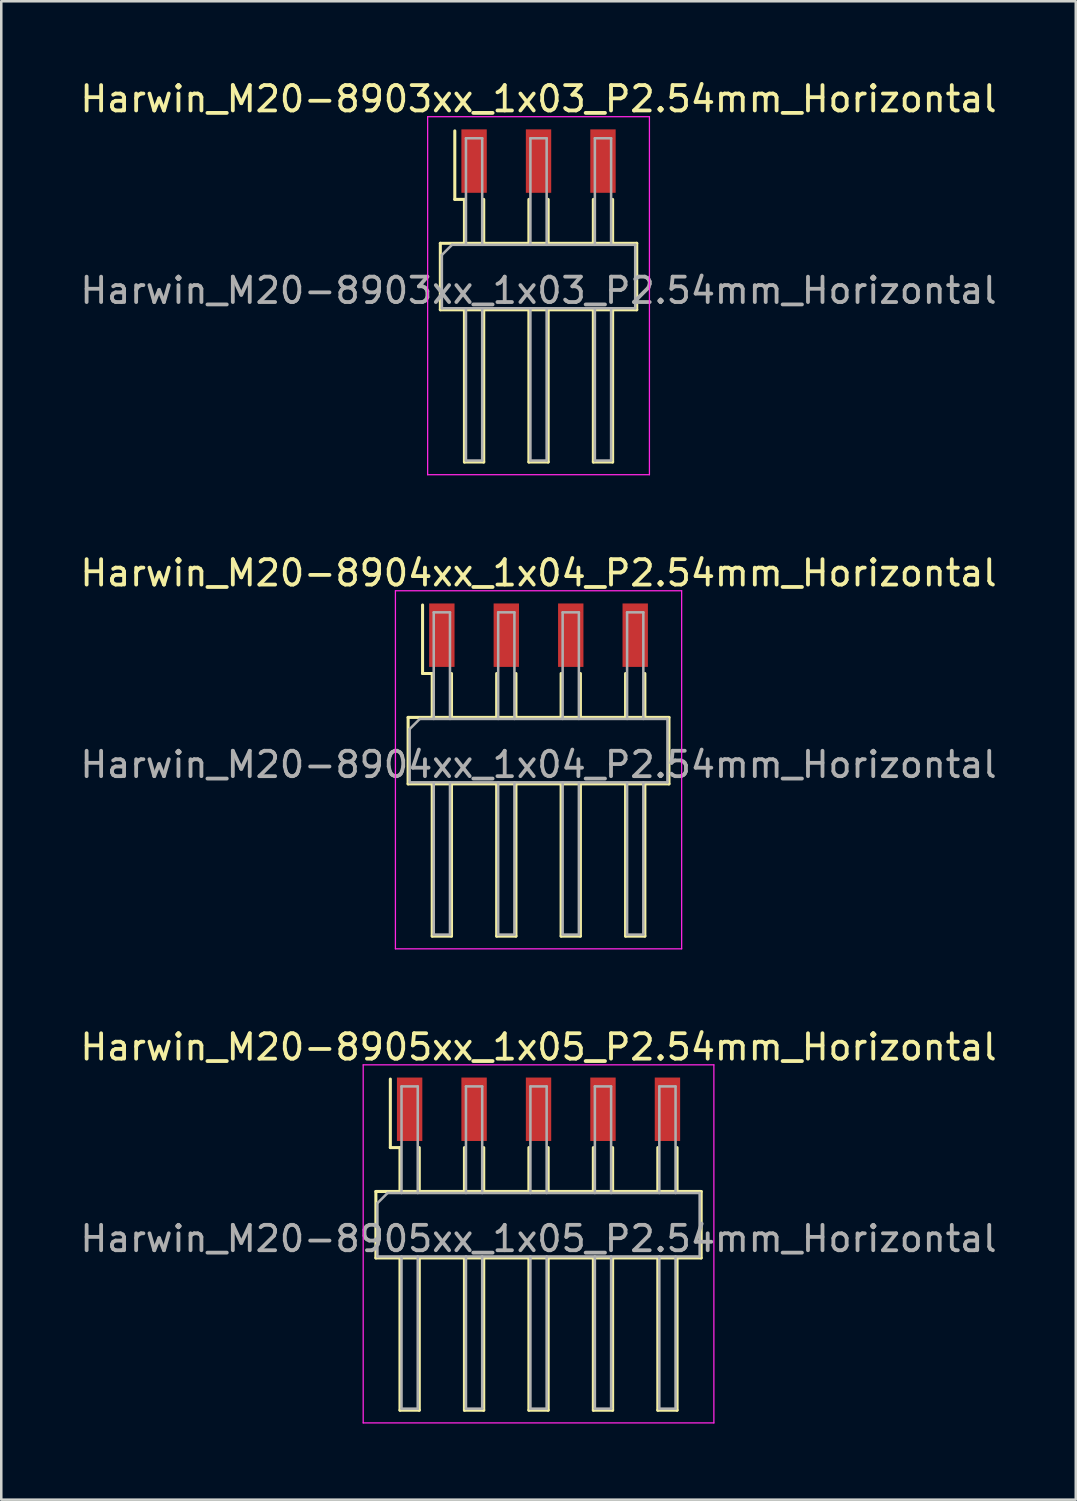
<source format=kicad_pcb>
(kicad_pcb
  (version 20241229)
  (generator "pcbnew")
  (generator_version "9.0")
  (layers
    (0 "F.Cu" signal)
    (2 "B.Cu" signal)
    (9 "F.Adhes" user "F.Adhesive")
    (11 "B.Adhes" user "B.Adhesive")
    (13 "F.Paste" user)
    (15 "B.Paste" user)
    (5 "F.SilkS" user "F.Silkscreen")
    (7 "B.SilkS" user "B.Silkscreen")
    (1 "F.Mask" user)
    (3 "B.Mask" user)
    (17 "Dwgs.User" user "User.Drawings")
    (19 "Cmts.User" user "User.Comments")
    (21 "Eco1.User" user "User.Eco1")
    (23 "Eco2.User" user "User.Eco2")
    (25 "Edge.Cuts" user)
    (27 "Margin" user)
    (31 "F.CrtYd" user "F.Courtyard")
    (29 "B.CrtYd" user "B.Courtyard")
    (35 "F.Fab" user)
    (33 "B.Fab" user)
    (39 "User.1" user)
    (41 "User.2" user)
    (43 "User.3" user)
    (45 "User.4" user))
  (footprint "Harwin_M20-8905xx_1x05_P2.54mm_Horizontal"
    (layer "F.Cu")
    (at 13.093 40.665)
    (property "Reference" "Harwin_M20-8905xx_1x05_P2.54mm_Horizontal" (at 5.08 -2.45 0) (layer "F.SilkS") (effects (font (size 1 1) (thickness 0.15))))
    (attr smd)
    (fp_line (start -1.33 3.24) (end -1.33 5.86) (stroke (width 0.12) (type solid)) (layer "F.SilkS"))
    (fp_line (start -1.33 5.86) (end 11.49 5.86) (stroke (width 0.12) (type solid)) (layer "F.SilkS"))
    (fp_line (start -0.76 1.51) (end -0.76 -1.19) (stroke (width 0.12) (type solid)) (layer "F.SilkS"))
    (fp_line (start -0.38 1.51) (end -0.76 1.51) (stroke (width 0.12) (type solid)) (layer "F.SilkS"))
    (fp_line (start -0.38 1.51) (end -0.38 3.24) (stroke (width 0.12) (type solid)) (layer "F.SilkS"))
    (fp_line (start -0.38 5.86) (end -0.38 11.86) (stroke (width 0.12) (type solid)) (layer "F.SilkS"))
    (fp_line (start -0.38 11.86) (end 0.38 11.86) (stroke (width 0.12) (type solid)) (layer "F.SilkS"))
    (fp_line (start 0.38 1.51) (end 0.38 3.24) (stroke (width 0.12) (type solid)) (layer "F.SilkS"))
    (fp_line (start 0.38 11.86) (end 0.38 5.86) (stroke (width 0.12) (type solid)) (layer "F.SilkS"))
    (fp_line (start 2.16 1.51) (end 2.16 3.24) (stroke (width 0.12) (type solid)) (layer "F.SilkS"))
    (fp_line (start 2.16 5.86) (end 2.16 11.86) (stroke (width 0.12) (type solid)) (layer "F.SilkS"))
    (fp_line (start 2.16 11.86) (end 2.92 11.86) (stroke (width 0.12) (type solid)) (layer "F.SilkS"))
    (fp_line (start 2.92 1.51) (end 2.92 3.24) (stroke (width 0.12) (type solid)) (layer "F.SilkS"))
    (fp_line (start 2.92 11.86) (end 2.92 5.86) (stroke (width 0.12) (type solid)) (layer "F.SilkS"))
    (fp_line (start 4.7 1.51) (end 4.7 3.24) (stroke (width 0.12) (type solid)) (layer "F.SilkS"))
    (fp_line (start 4.7 5.86) (end 4.7 11.86) (stroke (width 0.12) (type solid)) (layer "F.SilkS"))
    (fp_line (start 4.7 11.86) (end 5.46 11.86) (stroke (width 0.12) (type solid)) (layer "F.SilkS"))
    (fp_line (start 5.46 1.51) (end 5.46 3.24) (stroke (width 0.12) (type solid)) (layer "F.SilkS"))
    (fp_line (start 5.46 11.86) (end 5.46 5.86) (stroke (width 0.12) (type solid)) (layer "F.SilkS"))
    (fp_line (start 7.24 1.51) (end 7.24 3.24) (stroke (width 0.12) (type solid)) (layer "F.SilkS"))
    (fp_line (start 7.24 5.86) (end 7.24 11.86) (stroke (width 0.12) (type solid)) (layer "F.SilkS"))
    (fp_line (start 7.24 11.86) (end 8 11.86) (stroke (width 0.12) (type solid)) (layer "F.SilkS"))
    (fp_line (start 8 1.51) (end 8 3.24) (stroke (width 0.12) (type solid)) (layer "F.SilkS"))
    (fp_line (start 8 11.86) (end 8 5.86) (stroke (width 0.12) (type solid)) (layer "F.SilkS"))
    (fp_line (start 9.78 1.51) (end 9.78 3.24) (stroke (width 0.12) (type solid)) (layer "F.SilkS"))
    (fp_line (start 9.78 5.86) (end 9.78 11.86) (stroke (width 0.12) (type solid)) (layer "F.SilkS"))
    (fp_line (start 9.78 11.86) (end 10.54 11.86) (stroke (width 0.12) (type solid)) (layer "F.SilkS"))
    (fp_line (start 10.54 1.51) (end 10.54 3.24) (stroke (width 0.12) (type solid)) (layer "F.SilkS"))
    (fp_line (start 10.54 11.86) (end 10.54 5.86) (stroke (width 0.12) (type solid)) (layer "F.SilkS"))
    (fp_line (start 11.49 3.24) (end -1.33 3.24) (stroke (width 0.12) (type solid)) (layer "F.SilkS"))
    (fp_line (start 11.49 5.86) (end 11.49 3.24) (stroke (width 0.12) (type solid)) (layer "F.SilkS"))
    (fp_line (start -1.83 -1.75) (end 11.99 -1.75) (stroke (width 0.05) (type solid)) (layer "F.CrtYd"))
    (fp_line (start -1.83 12.36) (end -1.83 -1.75) (stroke (width 0.05) (type solid)) (layer "F.CrtYd"))
    (fp_line (start 11.99 -1.75) (end 11.99 12.36) (stroke (width 0.05) (type solid)) (layer "F.CrtYd"))
    (fp_line (start 11.99 12.36) (end -1.83 12.36) (stroke (width 0.05) (type solid)) (layer "F.CrtYd"))
    (fp_line (start -1.27 3.7) (end -1.27 5.8) (stroke (width 0.1) (type solid)) (layer "F.Fab"))
    (fp_line (start -1.27 5.8) (end 11.43 5.8) (stroke (width 0.1) (type solid)) (layer "F.Fab"))
    (fp_line (start -0.87 3.3) (end -1.27 3.7) (stroke (width 0.1) (type solid)) (layer "F.Fab"))
    (fp_line (start -0.32 -0.9) (end 0.32 -0.9) (stroke (width 0.1) (type solid)) (layer "F.Fab"))
    (fp_line (start -0.32 3.3) (end -0.32 -0.9) (stroke (width 0.1) (type solid)) (layer "F.Fab"))
    (fp_line (start -0.32 5.8) (end -0.32 11.8) (stroke (width 0.1) (type solid)) (layer "F.Fab"))
    (fp_line (start -0.32 11.8) (end 0.32 11.8) (stroke (width 0.1) (type solid)) (layer "F.Fab"))
    (fp_line (start 0.32 -0.9) (end 0.32 3.3) (stroke (width 0.1) (type solid)) (layer "F.Fab"))
    (fp_line (start 0.32 11.8) (end 0.32 5.8) (stroke (width 0.1) (type solid)) (layer "F.Fab"))
    (fp_line (start 2.22 -0.9) (end 2.86 -0.9) (stroke (width 0.1) (type solid)) (layer "F.Fab"))
    (fp_line (start 2.22 3.3) (end 2.22 -0.9) (stroke (width 0.1) (type solid)) (layer "F.Fab"))
    (fp_line (start 2.22 5.8) (end 2.22 11.8) (stroke (width 0.1) (type solid)) (layer "F.Fab"))
    (fp_line (start 2.22 11.8) (end 2.86 11.8) (stroke (width 0.1) (type solid)) (layer "F.Fab"))
    (fp_line (start 2.86 -0.9) (end 2.86 3.3) (stroke (width 0.1) (type solid)) (layer "F.Fab"))
    (fp_line (start 2.86 11.8) (end 2.86 5.8) (stroke (width 0.1) (type solid)) (layer "F.Fab"))
    (fp_line (start 4.76 -0.9) (end 5.4 -0.9) (stroke (width 0.1) (type solid)) (layer "F.Fab"))
    (fp_line (start 4.76 3.3) (end 4.76 -0.9) (stroke (width 0.1) (type solid)) (layer "F.Fab"))
    (fp_line (start 4.76 5.8) (end 4.76 11.8) (stroke (width 0.1) (type solid)) (layer "F.Fab"))
    (fp_line (start 4.76 11.8) (end 5.4 11.8) (stroke (width 0.1) (type solid)) (layer "F.Fab"))
    (fp_line (start 5.4 -0.9) (end 5.4 3.3) (stroke (width 0.1) (type solid)) (layer "F.Fab"))
    (fp_line (start 5.4 11.8) (end 5.4 5.8) (stroke (width 0.1) (type solid)) (layer "F.Fab"))
    (fp_line (start 7.3 -0.9) (end 7.94 -0.9) (stroke (width 0.1) (type solid)) (layer "F.Fab"))
    (fp_line (start 7.3 3.3) (end 7.3 -0.9) (stroke (width 0.1) (type solid)) (layer "F.Fab"))
    (fp_line (start 7.3 5.8) (end 7.3 11.8) (stroke (width 0.1) (type solid)) (layer "F.Fab"))
    (fp_line (start 7.3 11.8) (end 7.94 11.8) (stroke (width 0.1) (type solid)) (layer "F.Fab"))
    (fp_line (start 7.94 -0.9) (end 7.94 3.3) (stroke (width 0.1) (type solid)) (layer "F.Fab"))
    (fp_line (start 7.94 11.8) (end 7.94 5.8) (stroke (width 0.1) (type solid)) (layer "F.Fab"))
    (fp_line (start 9.84 -0.9) (end 10.48 -0.9) (stroke (width 0.1) (type solid)) (layer "F.Fab"))
    (fp_line (start 9.84 3.3) (end 9.84 -0.9) (stroke (width 0.1) (type solid)) (layer "F.Fab"))
    (fp_line (start 9.84 5.8) (end 9.84 11.8) (stroke (width 0.1) (type solid)) (layer "F.Fab"))
    (fp_line (start 9.84 11.8) (end 10.48 11.8) (stroke (width 0.1) (type solid)) (layer "F.Fab"))
    (fp_line (start 10.48 -0.9) (end 10.48 3.3) (stroke (width 0.1) (type solid)) (layer "F.Fab"))
    (fp_line (start 10.48 11.8) (end 10.48 5.8) (stroke (width 0.1) (type solid)) (layer "F.Fab"))
    (fp_line (start 11.43 3.3) (end -0.87 3.3) (stroke (width 0.1) (type solid)) (layer "F.Fab"))
    (fp_line (start 11.43 5.8) (end 11.43 3.3) (stroke (width 0.1) (type solid)) (layer "F.Fab"))
    (fp_text user "${REFERENCE}" (at 5.08 5.1 0) (layer "F.Fab") (effects (font (size 1 1) (thickness 0.15))))
    (pad "1" smd rect (at 0 0) (size 1 2.5) (layers "F.Cu" "F.Mask" "F.Paste"))
    (pad "2" smd rect (at 2.54 0) (size 1 2.5) (layers "F.Cu" "F.Mask" "F.Paste"))
    (pad "3" smd rect (at 5.08 0) (size 1 2.5) (layers "F.Cu" "F.Mask" "F.Paste"))
    (pad "4" smd rect (at 7.62 0) (size 1 2.5) (layers "F.Cu" "F.Mask" "F.Paste"))
    (pad "5" smd rect (at 10.16 0) (size 1 2.5) (layers "F.Cu" "F.Mask" "F.Paste")))
  (footprint "Harwin_M20-8903xx_1x03_P2.54mm_Horizontal"
    (layer "F.Cu")
    (at 18.173 3.298)
    (property "Reference" "Harwin_M20-8903xx_1x03_P2.54mm_Horizontal" (at 0 -2.45 0) (layer "F.SilkS") (effects (font (size 1 1) (thickness 0.15))))
    (attr smd)
    (fp_line (start -3.87 3.24) (end -3.87 5.86) (stroke (width 0.12) (type solid)) (layer "F.SilkS"))
    (fp_line (start -3.87 5.86) (end 3.87 5.86) (stroke (width 0.12) (type solid)) (layer "F.SilkS"))
    (fp_line (start -3.3 1.51) (end -3.3 -1.19) (stroke (width 0.12) (type solid)) (layer "F.SilkS"))
    (fp_line (start -2.92 1.51) (end -3.3 1.51) (stroke (width 0.12) (type solid)) (layer "F.SilkS"))
    (fp_line (start -2.92 1.51) (end -2.92 3.24) (stroke (width 0.12) (type solid)) (layer "F.SilkS"))
    (fp_line (start -2.92 5.86) (end -2.92 11.86) (stroke (width 0.12) (type solid)) (layer "F.SilkS"))
    (fp_line (start -2.92 11.86) (end -2.16 11.86) (stroke (width 0.12) (type solid)) (layer "F.SilkS"))
    (fp_line (start -2.16 1.51) (end -2.16 3.24) (stroke (width 0.12) (type solid)) (layer "F.SilkS"))
    (fp_line (start -2.16 11.86) (end -2.16 5.86) (stroke (width 0.12) (type solid)) (layer "F.SilkS"))
    (fp_line (start -0.38 1.51) (end -0.38 3.24) (stroke (width 0.12) (type solid)) (layer "F.SilkS"))
    (fp_line (start -0.38 5.86) (end -0.38 11.86) (stroke (width 0.12) (type solid)) (layer "F.SilkS"))
    (fp_line (start -0.38 11.86) (end 0.38 11.86) (stroke (width 0.12) (type solid)) (layer "F.SilkS"))
    (fp_line (start 0.38 1.51) (end 0.38 3.24) (stroke (width 0.12) (type solid)) (layer "F.SilkS"))
    (fp_line (start 0.38 11.86) (end 0.38 5.86) (stroke (width 0.12) (type solid)) (layer "F.SilkS"))
    (fp_line (start 2.16 1.51) (end 2.16 3.24) (stroke (width 0.12) (type solid)) (layer "F.SilkS"))
    (fp_line (start 2.16 5.86) (end 2.16 11.86) (stroke (width 0.12) (type solid)) (layer "F.SilkS"))
    (fp_line (start 2.16 11.86) (end 2.92 11.86) (stroke (width 0.12) (type solid)) (layer "F.SilkS"))
    (fp_line (start 2.92 1.51) (end 2.92 3.24) (stroke (width 0.12) (type solid)) (layer "F.SilkS"))
    (fp_line (start 2.92 11.86) (end 2.92 5.86) (stroke (width 0.12) (type solid)) (layer "F.SilkS"))
    (fp_line (start 3.87 3.24) (end -3.87 3.24) (stroke (width 0.12) (type solid)) (layer "F.SilkS"))
    (fp_line (start 3.87 5.86) (end 3.87 3.24) (stroke (width 0.12) (type solid)) (layer "F.SilkS"))
    (fp_line (start -4.37 -1.75) (end 4.37 -1.75) (stroke (width 0.05) (type solid)) (layer "F.CrtYd"))
    (fp_line (start -4.37 12.36) (end -4.37 -1.75) (stroke (width 0.05) (type solid)) (layer "F.CrtYd"))
    (fp_line (start 4.37 -1.75) (end 4.37 12.36) (stroke (width 0.05) (type solid)) (layer "F.CrtYd"))
    (fp_line (start 4.37 12.36) (end -4.37 12.36) (stroke (width 0.05) (type solid)) (layer "F.CrtYd"))
    (fp_line (start -3.81 3.7) (end -3.81 5.8) (stroke (width 0.1) (type solid)) (layer "F.Fab"))
    (fp_line (start -3.81 5.8) (end 3.81 5.8) (stroke (width 0.1) (type solid)) (layer "F.Fab"))
    (fp_line (start -3.41 3.3) (end -3.81 3.7) (stroke (width 0.1) (type solid)) (layer "F.Fab"))
    (fp_line (start -2.86 -0.9) (end -2.22 -0.9) (stroke (width 0.1) (type solid)) (layer "F.Fab"))
    (fp_line (start -2.86 3.3) (end -2.86 -0.9) (stroke (width 0.1) (type solid)) (layer "F.Fab"))
    (fp_line (start -2.86 5.8) (end -2.86 11.8) (stroke (width 0.1) (type solid)) (layer "F.Fab"))
    (fp_line (start -2.86 11.8) (end -2.22 11.8) (stroke (width 0.1) (type solid)) (layer "F.Fab"))
    (fp_line (start -2.22 -0.9) (end -2.22 3.3) (stroke (width 0.1) (type solid)) (layer "F.Fab"))
    (fp_line (start -2.22 11.8) (end -2.22 5.8) (stroke (width 0.1) (type solid)) (layer "F.Fab"))
    (fp_line (start -0.32 -0.9) (end 0.32 -0.9) (stroke (width 0.1) (type solid)) (layer "F.Fab"))
    (fp_line (start -0.32 3.3) (end -0.32 -0.9) (stroke (width 0.1) (type solid)) (layer "F.Fab"))
    (fp_line (start -0.32 5.8) (end -0.32 11.8) (stroke (width 0.1) (type solid)) (layer "F.Fab"))
    (fp_line (start -0.32 11.8) (end 0.32 11.8) (stroke (width 0.1) (type solid)) (layer "F.Fab"))
    (fp_line (start 0.32 -0.9) (end 0.32 3.3) (stroke (width 0.1) (type solid)) (layer "F.Fab"))
    (fp_line (start 0.32 11.8) (end 0.32 5.8) (stroke (width 0.1) (type solid)) (layer "F.Fab"))
    (fp_line (start 2.22 -0.9) (end 2.86 -0.9) (stroke (width 0.1) (type solid)) (layer "F.Fab"))
    (fp_line (start 2.22 3.3) (end 2.22 -0.9) (stroke (width 0.1) (type solid)) (layer "F.Fab"))
    (fp_line (start 2.22 5.8) (end 2.22 11.8) (stroke (width 0.1) (type solid)) (layer "F.Fab"))
    (fp_line (start 2.22 11.8) (end 2.86 11.8) (stroke (width 0.1) (type solid)) (layer "F.Fab"))
    (fp_line (start 2.86 -0.9) (end 2.86 3.3) (stroke (width 0.1) (type solid)) (layer "F.Fab"))
    (fp_line (start 2.86 11.8) (end 2.86 5.8) (stroke (width 0.1) (type solid)) (layer "F.Fab"))
    (fp_line (start 3.81 3.3) (end -3.41 3.3) (stroke (width 0.1) (type solid)) (layer "F.Fab"))
    (fp_line (start 3.81 5.8) (end 3.81 3.3) (stroke (width 0.1) (type solid)) (layer "F.Fab"))
    (fp_text user "${REFERENCE}" (at 0 5.1 0) (layer "F.Fab") (effects (font (size 1 1) (thickness 0.15))))
    (pad "1" smd rect (at -2.54 0) (size 1 2.5) (layers "F.Cu" "F.Mask" "F.Paste"))
    (pad "2" smd rect (at 0 0) (size 1 2.5) (layers "F.Cu" "F.Mask" "F.Paste"))
    (pad "3" smd rect (at 2.54 0) (size 1 2.5) (layers "F.Cu" "F.Mask" "F.Paste")))
  (footprint "Harwin_M20-8904xx_1x04_P2.54mm_Horizontal"
    (layer "F.Cu")
    (at 14.363 21.982)
    (property "Reference" "Harwin_M20-8904xx_1x04_P2.54mm_Horizontal" (at 3.81 -2.45 0) (layer "F.SilkS") (effects (font (size 1 1) (thickness 0.15))))
    (attr smd)
    (fp_line (start -1.33 3.24) (end -1.33 5.86) (stroke (width 0.12) (type solid)) (layer "F.SilkS"))
    (fp_line (start -1.33 5.86) (end 8.95 5.86) (stroke (width 0.12) (type solid)) (layer "F.SilkS"))
    (fp_line (start -0.76 1.51) (end -0.76 -1.19) (stroke (width 0.12) (type solid)) (layer "F.SilkS"))
    (fp_line (start -0.38 1.51) (end -0.76 1.51) (stroke (width 0.12) (type solid)) (layer "F.SilkS"))
    (fp_line (start -0.38 1.51) (end -0.38 3.24) (stroke (width 0.12) (type solid)) (layer "F.SilkS"))
    (fp_line (start -0.38 5.86) (end -0.38 11.86) (stroke (width 0.12) (type solid)) (layer "F.SilkS"))
    (fp_line (start -0.38 11.86) (end 0.38 11.86) (stroke (width 0.12) (type solid)) (layer "F.SilkS"))
    (fp_line (start 0.38 1.51) (end 0.38 3.24) (stroke (width 0.12) (type solid)) (layer "F.SilkS"))
    (fp_line (start 0.38 11.86) (end 0.38 5.86) (stroke (width 0.12) (type solid)) (layer "F.SilkS"))
    (fp_line (start 2.16 1.51) (end 2.16 3.24) (stroke (width 0.12) (type solid)) (layer "F.SilkS"))
    (fp_line (start 2.16 5.86) (end 2.16 11.86) (stroke (width 0.12) (type solid)) (layer "F.SilkS"))
    (fp_line (start 2.16 11.86) (end 2.92 11.86) (stroke (width 0.12) (type solid)) (layer "F.SilkS"))
    (fp_line (start 2.92 1.51) (end 2.92 3.24) (stroke (width 0.12) (type solid)) (layer "F.SilkS"))
    (fp_line (start 2.92 11.86) (end 2.92 5.86) (stroke (width 0.12) (type solid)) (layer "F.SilkS"))
    (fp_line (start 4.7 1.51) (end 4.7 3.24) (stroke (width 0.12) (type solid)) (layer "F.SilkS"))
    (fp_line (start 4.7 5.86) (end 4.7 11.86) (stroke (width 0.12) (type solid)) (layer "F.SilkS"))
    (fp_line (start 4.7 11.86) (end 5.46 11.86) (stroke (width 0.12) (type solid)) (layer "F.SilkS"))
    (fp_line (start 5.46 1.51) (end 5.46 3.24) (stroke (width 0.12) (type solid)) (layer "F.SilkS"))
    (fp_line (start 5.46 11.86) (end 5.46 5.86) (stroke (width 0.12) (type solid)) (layer "F.SilkS"))
    (fp_line (start 7.24 1.51) (end 7.24 3.24) (stroke (width 0.12) (type solid)) (layer "F.SilkS"))
    (fp_line (start 7.24 5.86) (end 7.24 11.86) (stroke (width 0.12) (type solid)) (layer "F.SilkS"))
    (fp_line (start 7.24 11.86) (end 8 11.86) (stroke (width 0.12) (type solid)) (layer "F.SilkS"))
    (fp_line (start 8 1.51) (end 8 3.24) (stroke (width 0.12) (type solid)) (layer "F.SilkS"))
    (fp_line (start 8 11.86) (end 8 5.86) (stroke (width 0.12) (type solid)) (layer "F.SilkS"))
    (fp_line (start 8.95 3.24) (end -1.33 3.24) (stroke (width 0.12) (type solid)) (layer "F.SilkS"))
    (fp_line (start 8.95 5.86) (end 8.95 3.24) (stroke (width 0.12) (type solid)) (layer "F.SilkS"))
    (fp_line (start -1.83 -1.75) (end 9.45 -1.75) (stroke (width 0.05) (type solid)) (layer "F.CrtYd"))
    (fp_line (start -1.83 12.36) (end -1.83 -1.75) (stroke (width 0.05) (type solid)) (layer "F.CrtYd"))
    (fp_line (start 9.45 -1.75) (end 9.45 12.36) (stroke (width 0.05) (type solid)) (layer "F.CrtYd"))
    (fp_line (start 9.45 12.36) (end -1.83 12.36) (stroke (width 0.05) (type solid)) (layer "F.CrtYd"))
    (fp_line (start -1.27 3.7) (end -1.27 5.8) (stroke (width 0.1) (type solid)) (layer "F.Fab"))
    (fp_line (start -1.27 5.8) (end 8.89 5.8) (stroke (width 0.1) (type solid)) (layer "F.Fab"))
    (fp_line (start -0.87 3.3) (end -1.27 3.7) (stroke (width 0.1) (type solid)) (layer "F.Fab"))
    (fp_line (start -0.32 -0.9) (end 0.32 -0.9) (stroke (width 0.1) (type solid)) (layer "F.Fab"))
    (fp_line (start -0.32 3.3) (end -0.32 -0.9) (stroke (width 0.1) (type solid)) (layer "F.Fab"))
    (fp_line (start -0.32 5.8) (end -0.32 11.8) (stroke (width 0.1) (type solid)) (layer "F.Fab"))
    (fp_line (start -0.32 11.8) (end 0.32 11.8) (stroke (width 0.1) (type solid)) (layer "F.Fab"))
    (fp_line (start 0.32 -0.9) (end 0.32 3.3) (stroke (width 0.1) (type solid)) (layer "F.Fab"))
    (fp_line (start 0.32 11.8) (end 0.32 5.8) (stroke (width 0.1) (type solid)) (layer "F.Fab"))
    (fp_line (start 2.22 -0.9) (end 2.86 -0.9) (stroke (width 0.1) (type solid)) (layer "F.Fab"))
    (fp_line (start 2.22 3.3) (end 2.22 -0.9) (stroke (width 0.1) (type solid)) (layer "F.Fab"))
    (fp_line (start 2.22 5.8) (end 2.22 11.8) (stroke (width 0.1) (type solid)) (layer "F.Fab"))
    (fp_line (start 2.22 11.8) (end 2.86 11.8) (stroke (width 0.1) (type solid)) (layer "F.Fab"))
    (fp_line (start 2.86 -0.9) (end 2.86 3.3) (stroke (width 0.1) (type solid)) (layer "F.Fab"))
    (fp_line (start 2.86 11.8) (end 2.86 5.8) (stroke (width 0.1) (type solid)) (layer "F.Fab"))
    (fp_line (start 4.76 -0.9) (end 5.4 -0.9) (stroke (width 0.1) (type solid)) (layer "F.Fab"))
    (fp_line (start 4.76 3.3) (end 4.76 -0.9) (stroke (width 0.1) (type solid)) (layer "F.Fab"))
    (fp_line (start 4.76 5.8) (end 4.76 11.8) (stroke (width 0.1) (type solid)) (layer "F.Fab"))
    (fp_line (start 4.76 11.8) (end 5.4 11.8) (stroke (width 0.1) (type solid)) (layer "F.Fab"))
    (fp_line (start 5.4 -0.9) (end 5.4 3.3) (stroke (width 0.1) (type solid)) (layer "F.Fab"))
    (fp_line (start 5.4 11.8) (end 5.4 5.8) (stroke (width 0.1) (type solid)) (layer "F.Fab"))
    (fp_line (start 7.3 -0.9) (end 7.94 -0.9) (stroke (width 0.1) (type solid)) (layer "F.Fab"))
    (fp_line (start 7.3 3.3) (end 7.3 -0.9) (stroke (width 0.1) (type solid)) (layer "F.Fab"))
    (fp_line (start 7.3 5.8) (end 7.3 11.8) (stroke (width 0.1) (type solid)) (layer "F.Fab"))
    (fp_line (start 7.3 11.8) (end 7.94 11.8) (stroke (width 0.1) (type solid)) (layer "F.Fab"))
    (fp_line (start 7.94 -0.9) (end 7.94 3.3) (stroke (width 0.1) (type solid)) (layer "F.Fab"))
    (fp_line (start 7.94 11.8) (end 7.94 5.8) (stroke (width 0.1) (type solid)) (layer "F.Fab"))
    (fp_line (start 8.89 3.3) (end -0.87 3.3) (stroke (width 0.1) (type solid)) (layer "F.Fab"))
    (fp_line (start 8.89 5.8) (end 8.89 3.3) (stroke (width 0.1) (type solid)) (layer "F.Fab"))
    (fp_text user "${REFERENCE}" (at 3.81 5.1 0) (layer "F.Fab") (effects (font (size 1 1) (thickness 0.15))))
    (pad "1" smd rect (at 0 0) (size 1 2.5) (layers "F.Cu" "F.Mask" "F.Paste"))
    (pad "2" smd rect (at 2.54 0) (size 1 2.5) (layers "F.Cu" "F.Mask" "F.Paste"))
    (pad "3" smd rect (at 5.08 0) (size 1 2.5) (layers "F.Cu" "F.Mask" "F.Paste"))
    (pad "4" smd rect (at 7.62 0) (size 1 2.5) (layers "F.Cu" "F.Mask" "F.Paste")))
  (gr_rect
    (start -3 -3)
    (end 39.345 56.05)
    (stroke (width 0.1) (type default))
    (fill no)
    (layer "Edge.Cuts")))
</source>
